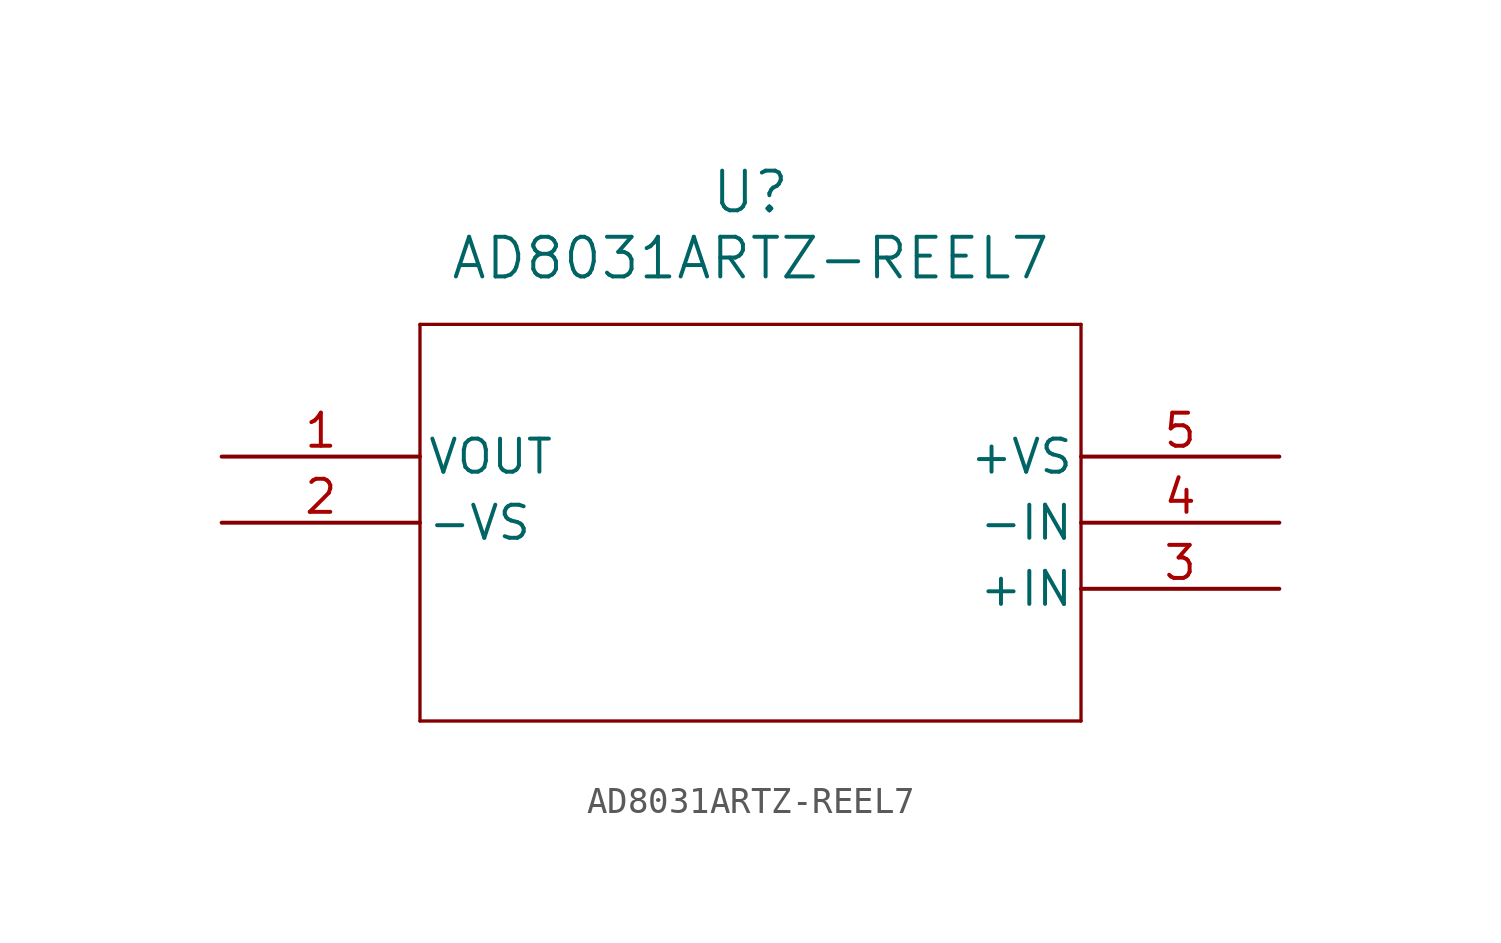
<source format=kicad_sym>
(kicad_symbol_lib
  (version 20211014)
  (generator kicad_symbol_editor)
  (symbol "AD8031ARTZ-REEL7"
    (pin_names
      (offset 0.254))
    (property "Reference" "U"
      (at 20.32 10.16 0)
      (effects (font (size 1.524 1.524))))
    (property "Value" "AD8031ARTZ-REEL7"
      (at 20.32 7.62 0)
      (effects (font (size 1.524 1.524))))
    (symbol "AD8031ARTZ-REEL7_0_1"
      (polyline (pts (xy 7.62 5.08) (xy 7.62 -10.16)) (stroke (width 0.127) (type default) (color 0 0 0 0)) (fill (type none)))
      (polyline (pts (xy 7.62 -10.16) (xy 33.02 -10.16)) (stroke (width 0.127) (type default) (color 0 0 0 0)) (fill (type none)))
      (polyline (pts (xy 33.02 -10.16) (xy 33.02 5.08)) (stroke (width 0.127) (type default) (color 0 0 0 0)) (fill (type none)))
      (polyline (pts (xy 33.02 5.08) (xy 7.62 5.08)) (stroke (width 0.127) (type default) (color 0 0 0 0)) (fill (type none)))
      (pin unspecified line (at 0 0 0) (length 7.62) (name "VOUT" (effects (font (size 1.27 1.27)))) (number "1" (effects (font (size 1.27 1.27)))))
      (pin power_in line (at 0 -2.54 0) (length 7.62) (name "-VS" (effects (font (size 1.27 1.27)))) (number "2" (effects (font (size 1.27 1.27)))))
      (pin unspecified line (at 40.64 -5.08 180) (length 7.62) (name "+IN" (effects (font (size 1.27 1.27)))) (number "3" (effects (font (size 1.27 1.27)))))
      (pin unspecified line (at 40.64 -2.54 180) (length 7.62) (name "-IN" (effects (font (size 1.27 1.27)))) (number "4" (effects (font (size 1.27 1.27)))))
      (pin power_in line (at 40.64 0 180) (length 7.62) (name "+VS" (effects (font (size 1.27 1.27)))) (number "5" (effects (font (size 1.27 1.27))))))))
</source>
